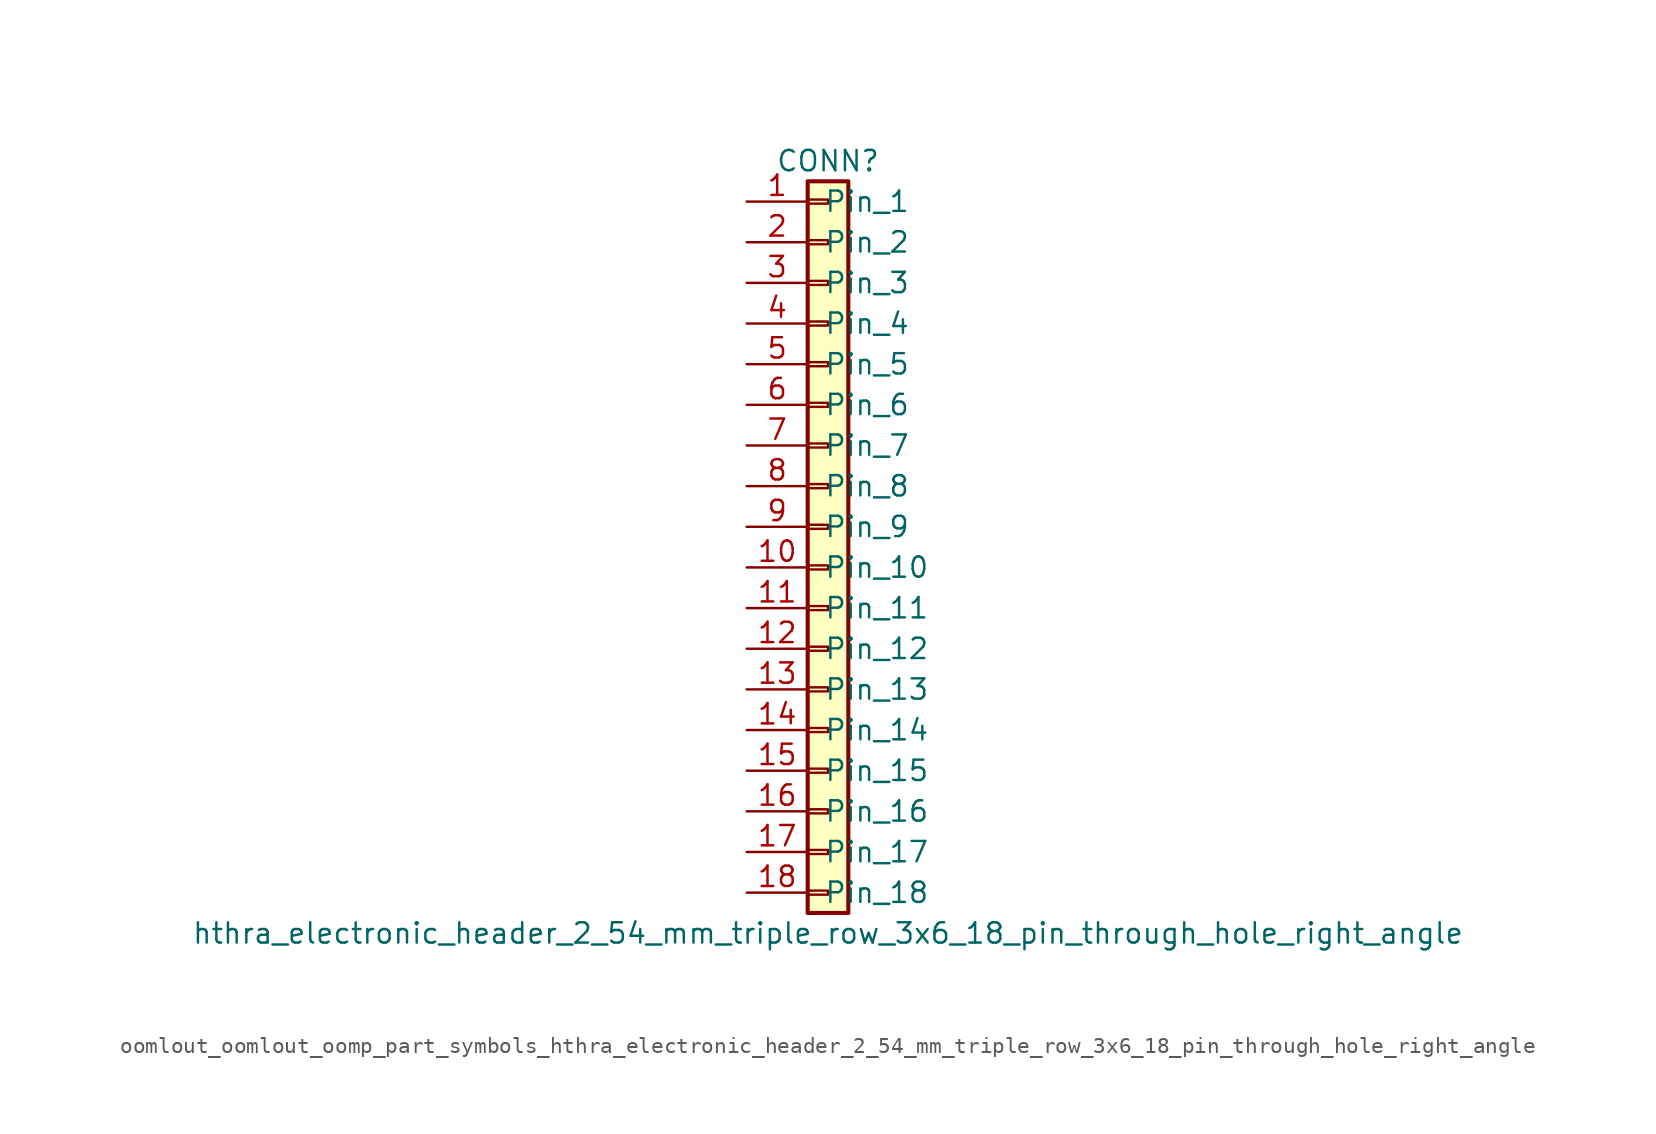
<source format=kicad_sym>
(kicad_symbol_lib
  (version 20220914)
  (generator kicad_symbol_editor)
  (symbol "oomlout_oomlout_oomp_part_symbols_hthra_electronic_header_2_54_mm_triple_row_3x6_18_pin_through_hole_right_angle"
    (pin_names
      (offset 1.016))
    (property "Reference" "CONN"
      (at 0 22.86 0)
      (effects (font (size 1.27 1.27))))
    (property "Value" "hthra_electronic_header_2_54_mm_triple_row_3x6_18_pin_through_hole_right_angle"
      (at 0 -25.4 0)
      (effects (font (size 1.27 1.27))))
    (symbol "oomlout_oomlout_oomp_part_symbols_hthra_electronic_header_2_54_mm_triple_row_3x6_18_pin_through_hole_right_angle_1_1"
      (rectangle (start -1.27 -22.733) (end 0 -22.987) (stroke (width 0.152) (type default)) (fill (type none)))
      (rectangle (start -1.27 -20.193) (end 0 -20.447) (stroke (width 0.152) (type default)) (fill (type none)))
      (rectangle (start -1.27 -17.653) (end 0 -17.907) (stroke (width 0.152) (type default)) (fill (type none)))
      (rectangle (start -1.27 -15.113) (end 0 -15.367) (stroke (width 0.152) (type default)) (fill (type none)))
      (rectangle (start -1.27 -12.573) (end 0 -12.827) (stroke (width 0.152) (type default)) (fill (type none)))
      (rectangle (start -1.27 -10.033) (end 0 -10.287) (stroke (width 0.152) (type default)) (fill (type none)))
      (rectangle (start -1.27 -7.493) (end 0 -7.747) (stroke (width 0.152) (type default)) (fill (type none)))
      (rectangle (start -1.27 -4.953) (end 0 -5.207) (stroke (width 0.152) (type default)) (fill (type none)))
      (rectangle (start -1.27 -2.413) (end 0 -2.667) (stroke (width 0.152) (type default)) (fill (type none)))
      (rectangle (start -1.27 0.127) (end 0 -0.127) (stroke (width 0.152) (type default)) (fill (type none)))
      (rectangle (start -1.27 2.667) (end 0 2.413) (stroke (width 0.152) (type default)) (fill (type none)))
      (rectangle (start -1.27 5.207) (end 0 4.953) (stroke (width 0.152) (type default)) (fill (type none)))
      (rectangle (start -1.27 7.747) (end 0 7.493) (stroke (width 0.152) (type default)) (fill (type none)))
      (rectangle (start -1.27 10.287) (end 0 10.033) (stroke (width 0.152) (type default)) (fill (type none)))
      (rectangle (start -1.27 12.827) (end 0 12.573) (stroke (width 0.152) (type default)) (fill (type none)))
      (rectangle (start -1.27 15.367) (end 0 15.113) (stroke (width 0.152) (type default)) (fill (type none)))
      (rectangle (start -1.27 17.907) (end 0 17.653) (stroke (width 0.152) (type default)) (fill (type none)))
      (rectangle (start -1.27 20.447) (end 0 20.193) (stroke (width 0.152) (type default)) (fill (type none)))
      (rectangle (start -1.27 21.59) (end 1.27 -24.13) (stroke (width 0.254) (type default)) (fill (type background)))
      (pin passive line (at -5.08 20.32 0) (length 3.81) (name "Pin_1" (effects (font (size 1.27 1.27)))) (number "1" (effects (font (size 1.27 1.27)))))
      (pin passive line (at -5.08 -2.54 0) (length 3.81) (name "Pin_10" (effects (font (size 1.27 1.27)))) (number "10" (effects (font (size 1.27 1.27)))))
      (pin passive line (at -5.08 -5.08 0) (length 3.81) (name "Pin_11" (effects (font (size 1.27 1.27)))) (number "11" (effects (font (size 1.27 1.27)))))
      (pin passive line (at -5.08 -7.62 0) (length 3.81) (name "Pin_12" (effects (font (size 1.27 1.27)))) (number "12" (effects (font (size 1.27 1.27)))))
      (pin passive line (at -5.08 -10.16 0) (length 3.81) (name "Pin_13" (effects (font (size 1.27 1.27)))) (number "13" (effects (font (size 1.27 1.27)))))
      (pin passive line (at -5.08 -12.7 0) (length 3.81) (name "Pin_14" (effects (font (size 1.27 1.27)))) (number "14" (effects (font (size 1.27 1.27)))))
      (pin passive line (at -5.08 -15.24 0) (length 3.81) (name "Pin_15" (effects (font (size 1.27 1.27)))) (number "15" (effects (font (size 1.27 1.27)))))
      (pin passive line (at -5.08 -17.78 0) (length 3.81) (name "Pin_16" (effects (font (size 1.27 1.27)))) (number "16" (effects (font (size 1.27 1.27)))))
      (pin passive line (at -5.08 -20.32 0) (length 3.81) (name "Pin_17" (effects (font (size 1.27 1.27)))) (number "17" (effects (font (size 1.27 1.27)))))
      (pin passive line (at -5.08 -22.86 0) (length 3.81) (name "Pin_18" (effects (font (size 1.27 1.27)))) (number "18" (effects (font (size 1.27 1.27)))))
      (pin passive line (at -5.08 17.78 0) (length 3.81) (name "Pin_2" (effects (font (size 1.27 1.27)))) (number "2" (effects (font (size 1.27 1.27)))))
      (pin passive line (at -5.08 15.24 0) (length 3.81) (name "Pin_3" (effects (font (size 1.27 1.27)))) (number "3" (effects (font (size 1.27 1.27)))))
      (pin passive line (at -5.08 12.7 0) (length 3.81) (name "Pin_4" (effects (font (size 1.27 1.27)))) (number "4" (effects (font (size 1.27 1.27)))))
      (pin passive line (at -5.08 10.16 0) (length 3.81) (name "Pin_5" (effects (font (size 1.27 1.27)))) (number "5" (effects (font (size 1.27 1.27)))))
      (pin passive line (at -5.08 7.62 0) (length 3.81) (name "Pin_6" (effects (font (size 1.27 1.27)))) (number "6" (effects (font (size 1.27 1.27)))))
      (pin passive line (at -5.08 5.08 0) (length 3.81) (name "Pin_7" (effects (font (size 1.27 1.27)))) (number "7" (effects (font (size 1.27 1.27)))))
      (pin passive line (at -5.08 2.54 0) (length 3.81) (name "Pin_8" (effects (font (size 1.27 1.27)))) (number "8" (effects (font (size 1.27 1.27)))))
      (pin passive line (at -5.08 0 0) (length 3.81) (name "Pin_9" (effects (font (size 1.27 1.27)))) (number "9" (effects (font (size 1.27 1.27))))))))
</source>
